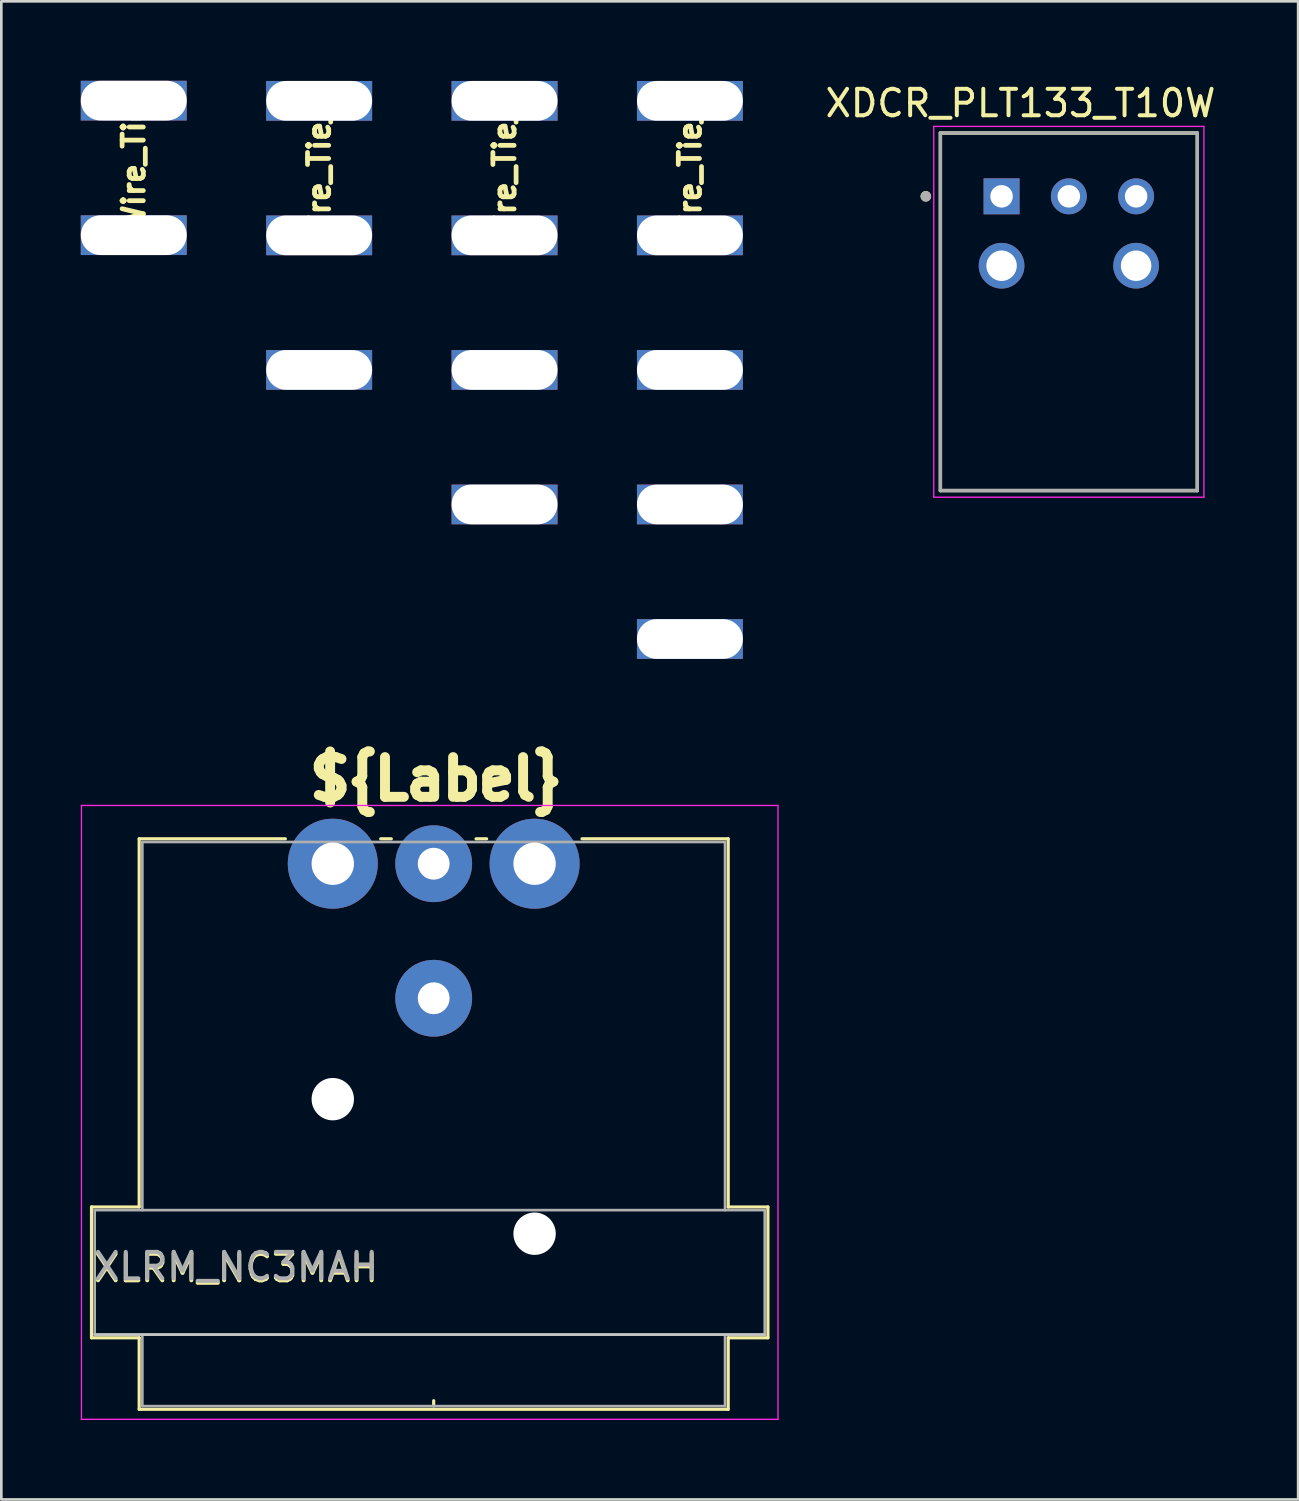
<source format=kicad_pcb>
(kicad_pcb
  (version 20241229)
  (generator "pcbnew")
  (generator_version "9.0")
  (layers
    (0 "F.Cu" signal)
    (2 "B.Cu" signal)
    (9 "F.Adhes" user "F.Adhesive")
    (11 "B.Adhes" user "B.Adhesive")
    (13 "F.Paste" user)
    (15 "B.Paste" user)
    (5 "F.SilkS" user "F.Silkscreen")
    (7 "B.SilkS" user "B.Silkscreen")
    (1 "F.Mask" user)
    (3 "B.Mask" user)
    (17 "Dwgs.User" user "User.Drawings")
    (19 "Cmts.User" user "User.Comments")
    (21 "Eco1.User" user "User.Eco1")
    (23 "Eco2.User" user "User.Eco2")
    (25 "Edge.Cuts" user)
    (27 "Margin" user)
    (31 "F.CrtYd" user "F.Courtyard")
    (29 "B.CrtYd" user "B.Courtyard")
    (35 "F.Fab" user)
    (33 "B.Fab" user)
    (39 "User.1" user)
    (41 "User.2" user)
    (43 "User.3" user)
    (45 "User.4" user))
  (footprint "Wire_Tie_3"
    (layer "F.Cu")
    (at 9 0.757)
    (property "Reference" "Wire_Tie_3" (at 0 2.5 270) (layer "F.SilkS") (effects (font (size 0.8 0.8) (thickness 0.18))))
    (attr through_hole)
    (pad "1" thru_hole rect (at 0 0) (size 4 1.5) (drill oval 4 1.5) (layers "*.Cu" "*.Mask"))
    (pad "2" thru_hole rect (at 0 5.08) (size 4 1.5) (drill oval 4 1.5) (layers "*.Cu" "*.Mask"))
    (pad "3" thru_hole rect (at 0 10.16) (size 4 1.5) (drill oval 4 1.5) (layers "*.Cu" "*.Mask")))
  (footprint "XDCR_PLT133_T10W"
    (layer "F.Cu")
    (at 37.307 6.983)
    (property "Reference" "XDCR_PLT133_T10W" (at -1.825 -6.135 0) (layer "F.SilkS") (effects (font (size 1 1) (thickness 0.15))))
    (attr through_hole)
    (fp_line (start -4.85 -5.01) (end 4.85 -5.01) (stroke (width 0.127) (type solid)) (layer "F.SilkS"))
    (fp_line (start -4.85 8.49) (end -4.85 -5.01) (stroke (width 0.127) (type solid)) (layer "F.SilkS"))
    (fp_line (start -4.85 8.49) (end 4.85 8.49) (stroke (width 0.127) (type solid)) (layer "F.SilkS"))
    (fp_line (start 4.85 8.49) (end 4.85 -5.01) (stroke (width 0.127) (type solid)) (layer "F.SilkS"))
    (fp_circle (center -5.4 -2.62) (end -5.3 -2.62) (stroke (width 0.2) (type solid)) (fill no) (layer "F.SilkS"))
    (fp_line (start -5.1 -5.26) (end 5.1 -5.26) (stroke (width 0.05) (type solid)) (layer "F.CrtYd"))
    (fp_line (start -5.1 8.74) (end -5.1 -5.26) (stroke (width 0.05) (type solid)) (layer "F.CrtYd"))
    (fp_line (start 5.1 -5.26) (end 5.1 8.74) (stroke (width 0.05) (type solid)) (layer "F.CrtYd"))
    (fp_line (start 5.1 8.74) (end -5.1 8.74) (stroke (width 0.05) (type solid)) (layer "F.CrtYd"))
    (fp_line (start -4.85 -5.01) (end 4.85 -5.01) (stroke (width 0.127) (type solid)) (layer "F.Fab"))
    (fp_line (start -4.85 8.49) (end -4.85 -5.01) (stroke (width 0.127) (type solid)) (layer "F.Fab"))
    (fp_line (start -4.85 8.49) (end 4.85 8.49) (stroke (width 0.127) (type solid)) (layer "F.Fab"))
    (fp_line (start 4.85 8.49) (end 4.85 -5.01) (stroke (width 0.127) (type solid)) (layer "F.Fab"))
    (fp_circle (center -5.4 -2.62) (end -5.3 -2.62) (stroke (width 0.2) (type solid)) (fill no) (layer "F.Fab"))
    (pad "1" thru_hole rect (at -2.54 -2.62) (size 1.358 1.358) (drill 0.85) (layers "*.Cu" "*.Mask"))
    (pad "2" thru_hole circle (at 0 -2.62) (size 1.358 1.358) (drill 0.85) (layers "*.Cu" "*.Mask"))
    (pad "3" thru_hole circle (at 2.54 -2.62) (size 1.358 1.358) (drill 0.85) (layers "*.Cu" "*.Mask"))
    (pad "4" thru_hole circle (at -2.54 0) (size 1.725 1.725) (drill 1.15) (layers "*.Cu" "*.Mask"))
    (pad "5" thru_hole circle (at 2.54 0) (size 1.725 1.725) (drill 1.15) (layers "*.Cu" "*.Mask")))
  (footprint "Wire_Tie"
    (layer "F.Cu")
    (at 2 0.75)
    (property "Reference" "Wire_Tie" (at 0 2.5 90) (layer "F.SilkS") (effects (font (size 0.8 0.8) (thickness 0.18))))
    (attr through_hole)
    (pad "1" thru_hole rect (at 0 0) (size 4 1.5) (drill oval 4 1.5) (layers "*.Cu" "*.Mask"))
    (pad "2" thru_hole rect (at 0 5.08) (size 4 1.5) (drill oval 4 1.5) (layers "*.Cu" "*.Mask")))
  (footprint "Wire_Tie_4"
    (layer "F.Cu")
    (at 16 0.757)
    (property "Reference" "Wire_Tie_4" (at 0 2.5 90) (layer "F.SilkS") (effects (font (size 0.8 0.8) (thickness 0.18))))
    (attr through_hole)
    (pad "1" thru_hole rect (at 0 0) (size 4 1.5) (drill oval 4 1.5) (layers "*.Cu" "*.Mask"))
    (pad "2" thru_hole rect (at 0 5.08) (size 4 1.5) (drill oval 4 1.5) (layers "*.Cu" "*.Mask"))
    (pad "3" thru_hole rect (at 0 10.16) (size 4 1.5) (drill oval 4 1.5) (layers "*.Cu" "*.Mask"))
    (pad "4" thru_hole rect (at 0 15.24) (size 4 1.5) (drill oval 4 1.5) (layers "*.Cu" "*.Mask")))
  (footprint "XLRM_NC3MAH"
    (layer "F.Cu")
    (at 9.515 29.562)
    (property "Reference" "XLRM_NC3MAH" (at -3.65 15.275 0) (layer "F.SilkS") (effects (font (size 1 1) (thickness 0.15))))
    (attr through_hole)
    (fp_line (start -9.11 12.96) (end -7.31 12.96) (stroke (width 0.12) (type solid)) (layer "F.SilkS"))
    (fp_line (start -9.11 17.9) (end -9.11 12.96) (stroke (width 0.12) (type solid)) (layer "F.SilkS"))
    (fp_line (start -7.31 12.96) (end -7.31 -0.94) (stroke (width 0.12) (type solid)) (layer "F.SilkS"))
    (fp_line (start -7.31 17.9) (end -9.11 17.9) (stroke (width 0.12) (type solid)) (layer "F.SilkS"))
    (fp_line (start -7.31 17.9) (end -7.31 20.6) (stroke (width 0.12) (type solid)) (layer "F.SilkS"))
    (fp_line (start -1.79 -0.94) (end -7.31 -0.94) (stroke (width 0.12) (type solid)) (layer "F.SilkS"))
    (fp_line (start 2.21 -0.94) (end 1.81 -0.94) (stroke (width 0.12) (type solid)) (layer "F.SilkS"))
    (fp_line (start 3.81 20.475) (end 3.81 20.275) (stroke (width 0.12) (type solid)) (layer "F.SilkS"))
    (fp_line (start 5.41 -0.94) (end 5.81 -0.94) (stroke (width 0.12) (type solid)) (layer "F.SilkS"))
    (fp_line (start 14.93 -0.94) (end 9.41 -0.94) (stroke (width 0.12) (type solid)) (layer "F.SilkS"))
    (fp_line (start 14.93 12.96) (end 14.93 -0.94) (stroke (width 0.12) (type solid)) (layer "F.SilkS"))
    (fp_line (start 14.93 12.96) (end 16.43 12.96) (stroke (width 0.12) (type solid)) (layer "F.SilkS"))
    (fp_line (start 14.93 17.9) (end 14.93 20.6) (stroke (width 0.12) (type solid)) (layer "F.SilkS"))
    (fp_line (start 14.93 20.6) (end -7.31 20.6) (stroke (width 0.12) (type solid)) (layer "F.SilkS"))
    (fp_line (start 16.43 17.9) (end 14.93 17.9) (stroke (width 0.12) (type solid)) (layer "F.SilkS"))
    (fp_line (start 16.43 17.9) (end 16.43 12.96) (stroke (width 0.12) (type solid)) (layer "F.SilkS"))
    (fp_line (start 16.31 17.78) (end -8.99 17.78) (stroke (width 0.1) (type solid)) (layer "Dwgs.User"))
    (fp_line (start -9.49 20.98) (end -9.49 -2.2) (stroke (width 0.05) (type solid)) (layer "F.CrtYd"))
    (fp_line (start 16.81 -2.2) (end -9.49 -2.2) (stroke (width 0.05) (type solid)) (layer "F.CrtYd"))
    (fp_line (start 16.81 20.98) (end -9.49 20.98) (stroke (width 0.05) (type solid)) (layer "F.CrtYd"))
    (fp_line (start 16.81 20.98) (end 16.81 -2.2) (stroke (width 0.05) (type solid)) (layer "F.CrtYd"))
    (fp_line (start -8.99 13.08) (end 16.31 13.08) (stroke (width 0.1) (type solid)) (layer "F.Fab"))
    (fp_line (start -8.99 17.78) (end -8.99 13.08) (stroke (width 0.1) (type solid)) (layer "F.Fab"))
    (fp_line (start -7.19 -0.82) (end -7.19 13.08) (stroke (width 0.1) (type solid)) (layer "F.Fab"))
    (fp_line (start -7.19 20.48) (end -7.19 17.78) (stroke (width 0.1) (type solid)) (layer "F.Fab"))
    (fp_line (start 14.81 -0.82) (end -7.19 -0.82) (stroke (width 0.1) (type solid)) (layer "F.Fab"))
    (fp_line (start 14.81 13.08) (end 14.81 -0.82) (stroke (width 0.1) (type solid)) (layer "F.Fab"))
    (fp_line (start 14.81 17.78) (end 14.81 20.48) (stroke (width 0.1) (type solid)) (layer "F.Fab"))
    (fp_line (start 14.81 20.48) (end -7.19 20.48) (stroke (width 0.1) (type solid)) (layer "F.Fab"))
    (fp_line (start 16.31 13.08) (end 16.31 17.78) (stroke (width 0.1) (type solid)) (layer "F.Fab"))
    (fp_line (start 16.31 17.78) (end -8.99 17.78) (stroke (width 0.1) (type solid)) (layer "F.Fab"))
    (fp_text user "${Label}" (at 3.9 -3.2 0) (layer "F.SilkS") (effects (font (size 1.5 1.5) (thickness 0.375))))
    (fp_text user "${REFERENCE}" (at -3.65 15.2 0) (layer "F.Fab") (effects (font (size 1 1) (thickness 0.15))))
    (pad "" np_thru_hole circle (at 0 8.89) (size 1.6 1.6) (drill 1.6) (layers "*.Cu" "*.Mask"))
    (pad "" np_thru_hole circle (at 7.62 13.97) (size 1.6 1.6) (drill 1.6) (layers "*.Cu" "*.Mask"))
    (pad "1" thru_hole circle (at 0 0) (size 3.4 3.4) (drill 1.6) (layers "*.Cu" "*.Mask"))
    (pad "2" thru_hole circle (at 7.62 0) (size 3.4 3.4) (drill 1.6) (layers "*.Cu" "*.Mask"))
    (pad "3" thru_hole circle (at 3.81 0) (size 2.9 2.9) (drill 1.2) (layers "*.Cu" "*.Mask"))
    (pad "G" thru_hole circle (at 3.81 5.08) (size 2.9 2.9) (drill 1.2) (layers "*.Cu" "*.Mask")))
  (footprint "Wire_Tie_5"
    (layer "F.Cu")
    (at 23 0.757)
    (property "Reference" "Wire_Tie_5" (at 0 2.5 90) (layer "F.SilkS") (effects (font (size 0.8 0.8) (thickness 0.18))))
    (attr through_hole)
    (pad "1" thru_hole rect (at 0 0) (size 4 1.5) (drill oval 4 1.5) (layers "*.Cu" "*.Mask"))
    (pad "2" thru_hole rect (at 0 5.08) (size 4 1.5) (drill oval 4 1.5) (layers "*.Cu" "*.Mask"))
    (pad "3" thru_hole rect (at 0 10.16) (size 4 1.5) (drill oval 4 1.5) (layers "*.Cu" "*.Mask"))
    (pad "4" thru_hole rect (at 0 15.24) (size 4 1.5) (drill oval 4 1.5) (layers "*.Cu" "*.Mask"))
    (pad "5" thru_hole rect (at 0 20.32) (size 4 1.5) (drill oval 4 1.5) (layers "*.Cu" "*.Mask")))
  (gr_rect
    (start -3 -3)
    (end 45.964 53.567)
    (stroke (width 0.1) (type default))
    (fill no)
    (layer "Edge.Cuts")))
</source>
